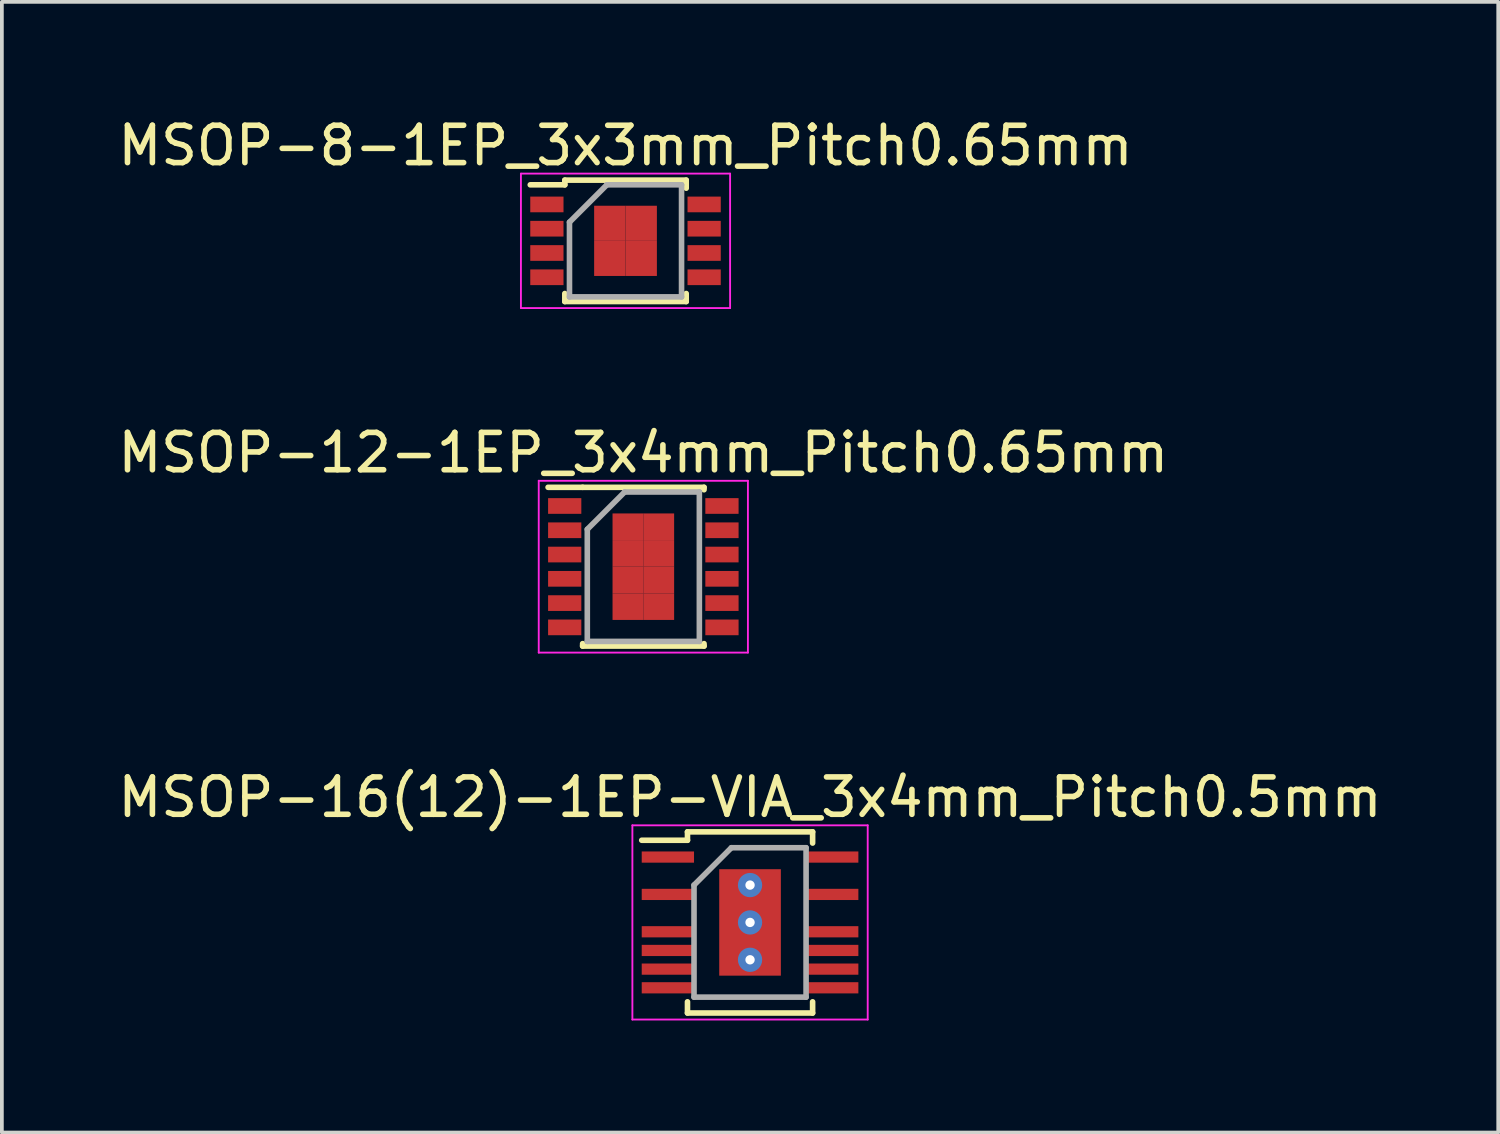
<source format=kicad_pcb>
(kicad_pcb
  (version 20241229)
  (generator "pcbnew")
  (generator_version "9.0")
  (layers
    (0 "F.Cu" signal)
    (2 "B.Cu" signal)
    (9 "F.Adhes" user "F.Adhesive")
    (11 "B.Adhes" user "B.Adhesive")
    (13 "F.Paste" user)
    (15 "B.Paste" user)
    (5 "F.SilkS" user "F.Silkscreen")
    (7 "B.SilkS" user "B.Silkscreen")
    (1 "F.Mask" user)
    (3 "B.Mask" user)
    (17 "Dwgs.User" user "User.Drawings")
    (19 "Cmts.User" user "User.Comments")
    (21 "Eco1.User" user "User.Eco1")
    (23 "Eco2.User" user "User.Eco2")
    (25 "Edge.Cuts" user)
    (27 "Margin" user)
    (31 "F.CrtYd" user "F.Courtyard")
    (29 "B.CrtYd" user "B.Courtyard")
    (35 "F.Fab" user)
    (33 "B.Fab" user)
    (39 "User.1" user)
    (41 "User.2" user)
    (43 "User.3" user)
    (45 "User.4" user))
  (footprint "MSOP-16(12)-1EP-VIA_3x4mm_Pitch0.5mm"
    (layer "F.Cu")
    (at 17.03 21.645)
    (property "Reference" "MSOP-16(12)-1EP-VIA_3x4mm_Pitch0.5mm" (at 0 -3.35 0) (layer "F.SilkS") (effects (font (size 1 1) (thickness 0.15))))
    (attr smd)
    (fp_line (start -1.675 -2.425) (end -1.675 -2.2) (stroke (width 0.15) (type solid)) (layer "F.SilkS"))
    (fp_line (start -1.675 -2.425) (end 1.675 -2.425) (stroke (width 0.15) (type solid)) (layer "F.SilkS"))
    (fp_line (start -1.675 -2.2) (end -2.9 -2.2) (stroke (width 0.15) (type solid)) (layer "F.SilkS"))
    (fp_line (start -1.675 2.425) (end -1.675 2.125) (stroke (width 0.15) (type solid)) (layer "F.SilkS"))
    (fp_line (start -1.675 2.425) (end 1.675 2.425) (stroke (width 0.15) (type solid)) (layer "F.SilkS"))
    (fp_line (start 1.675 -2.425) (end 1.675 -2.125) (stroke (width 0.15) (type solid)) (layer "F.SilkS"))
    (fp_line (start 1.675 2.425) (end 1.675 2.125) (stroke (width 0.15) (type solid)) (layer "F.SilkS"))
    (fp_line (start -3.15 -2.6) (end -3.15 2.6) (stroke (width 0.05) (type solid)) (layer "F.CrtYd"))
    (fp_line (start -3.15 -2.6) (end 3.15 -2.6) (stroke (width 0.05) (type solid)) (layer "F.CrtYd"))
    (fp_line (start -3.15 2.6) (end 3.15 2.6) (stroke (width 0.05) (type solid)) (layer "F.CrtYd"))
    (fp_line (start 3.15 -2.6) (end 3.15 2.6) (stroke (width 0.05) (type solid)) (layer "F.CrtYd"))
    (fp_line (start -1.5 -1) (end -0.5 -2) (stroke (width 0.15) (type solid)) (layer "F.Fab"))
    (fp_line (start -1.5 2) (end -1.5 -1) (stroke (width 0.15) (type solid)) (layer "F.Fab"))
    (fp_line (start -0.5 -2) (end 1.5 -2) (stroke (width 0.15) (type solid)) (layer "F.Fab"))
    (fp_line (start 1.5 -2) (end 1.5 2) (stroke (width 0.15) (type solid)) (layer "F.Fab"))
    (fp_line (start 1.5 2) (end -1.5 2) (stroke (width 0.15) (type solid)) (layer "F.Fab"))
    (pad "1" smd rect (at -2.2 -1.75) (size 1.4 0.3) (layers "F.Cu" "F.Mask" "F.Paste"))
    (pad "3" smd rect (at -2.2 -0.75) (size 1.4 0.3) (layers "F.Cu" "F.Mask" "F.Paste"))
    (pad "5" smd rect (at -2.2 0.25) (size 1.4 0.3) (layers "F.Cu" "F.Mask" "F.Paste"))
    (pad "6" smd rect (at -2.2 0.75) (size 1.4 0.3) (layers "F.Cu" "F.Mask" "F.Paste"))
    (pad "7" smd rect (at -2.2 1.25) (size 1.4 0.3) (layers "F.Cu" "F.Mask" "F.Paste"))
    (pad "8" smd rect (at -2.2 1.75) (size 1.4 0.3) (layers "F.Cu" "F.Mask" "F.Paste"))
    (pad "9" smd rect (at 2.2 1.75) (size 1.4 0.3) (layers "F.Cu" "F.Mask" "F.Paste"))
    (pad "10" smd rect (at 2.2 1.25) (size 1.4 0.3) (layers "F.Cu" "F.Mask" "F.Paste"))
    (pad "11" smd rect (at 2.2 0.75) (size 1.4 0.3) (layers "F.Cu" "F.Mask" "F.Paste"))
    (pad "12" smd rect (at 2.2 0.25) (size 1.4 0.3) (layers "F.Cu" "F.Mask" "F.Paste"))
    (pad "14" smd rect (at 2.2 -0.75) (size 1.4 0.3) (layers "F.Cu" "F.Mask" "F.Paste"))
    (pad "16" smd rect (at 2.2 -1.75) (size 1.4 0.3) (layers "F.Cu" "F.Mask" "F.Paste"))
    (pad "17" thru_hole circle (at 0 -1) (size 0.65 0.65) (drill 0.25) (layers "*.Cu" "*.Paste" "*.Mask"))
    (pad "17" thru_hole circle (at 0 0) (size 0.65 0.65) (drill 0.25) (layers "*.Cu" "*.Paste" "*.Mask"))
    (pad "17" smd rect (at 0 0) (size 1.65 2.85) (layers "F.Cu" "F.Mask" "F.Paste"))
    (pad "17" thru_hole circle (at 0 1) (size 0.65 0.65) (drill 0.25) (layers "*.Cu" "*.Paste" "*.Mask")))
  (footprint "MSOP-12-1EP_3x4mm_Pitch0.65mm"
    (layer "F.Cu")
    (at 14.173 12.121)
    (property "Reference" "MSOP-12-1EP_3x4mm_Pitch0.65mm" (at 0 -3.05 0) (layer "F.SilkS") (effects (font (size 1 1) (thickness 0.15))))
    (attr smd)
    (fp_line (start -1.625 -2.125) (end -2.55 -2.125) (stroke (width 0.15) (type solid)) (layer "F.SilkS"))
    (fp_line (start -1.625 -2.125) (end 1.625 -2.125) (stroke (width 0.15) (type solid)) (layer "F.SilkS"))
    (fp_line (start -1.625 2.125) (end -1.625 2.06) (stroke (width 0.15) (type solid)) (layer "F.SilkS"))
    (fp_line (start -1.625 2.125) (end 1.625 2.125) (stroke (width 0.15) (type solid)) (layer "F.SilkS"))
    (fp_line (start 1.625 -2.125) (end 1.625 -2.06) (stroke (width 0.15) (type solid)) (layer "F.SilkS"))
    (fp_line (start 1.625 2.125) (end 1.625 2.06) (stroke (width 0.15) (type solid)) (layer "F.SilkS"))
    (fp_line (start -2.8 -2.3) (end -2.8 2.3) (stroke (width 0.05) (type solid)) (layer "F.CrtYd"))
    (fp_line (start -2.8 -2.3) (end 2.8 -2.3) (stroke (width 0.05) (type solid)) (layer "F.CrtYd"))
    (fp_line (start -2.8 2.3) (end 2.8 2.3) (stroke (width 0.05) (type solid)) (layer "F.CrtYd"))
    (fp_line (start 2.8 -2.3) (end 2.8 2.3) (stroke (width 0.05) (type solid)) (layer "F.CrtYd"))
    (fp_line (start -1.5 -1) (end -0.5 -2) (stroke (width 0.15) (type solid)) (layer "F.Fab"))
    (fp_line (start -1.5 2) (end -1.5 -1) (stroke (width 0.15) (type solid)) (layer "F.Fab"))
    (fp_line (start -0.5 -2) (end 1.5 -2) (stroke (width 0.15) (type solid)) (layer "F.Fab"))
    (fp_line (start 1.5 -2) (end 1.5 2) (stroke (width 0.15) (type solid)) (layer "F.Fab"))
    (fp_line (start 1.5 2) (end -1.5 2) (stroke (width 0.15) (type solid)) (layer "F.Fab"))
    (pad "1" smd rect (at -2.105 -1.625) (size 0.89 0.42) (layers "F.Cu" "F.Mask" "F.Paste"))
    (pad "2" smd rect (at -2.105 -0.975) (size 0.89 0.42) (layers "F.Cu" "F.Mask" "F.Paste"))
    (pad "3" smd rect (at -2.105 -0.325) (size 0.89 0.42) (layers "F.Cu" "F.Mask" "F.Paste"))
    (pad "4" smd rect (at -2.105 0.325) (size 0.89 0.42) (layers "F.Cu" "F.Mask" "F.Paste"))
    (pad "5" smd rect (at -2.105 0.975) (size 0.89 0.42) (layers "F.Cu" "F.Mask" "F.Paste"))
    (pad "6" smd rect (at -2.105 1.625) (size 0.89 0.42) (layers "F.Cu" "F.Mask" "F.Paste"))
    (pad "7" smd rect (at 2.105 1.625) (size 0.89 0.42) (layers "F.Cu" "F.Mask" "F.Paste"))
    (pad "8" smd rect (at 2.105 0.975) (size 0.89 0.42) (layers "F.Cu" "F.Mask" "F.Paste"))
    (pad "9" smd rect (at 2.105 0.325) (size 0.89 0.42) (layers "F.Cu" "F.Mask" "F.Paste"))
    (pad "10" smd rect (at 2.105 -0.325) (size 0.89 0.42) (layers "F.Cu" "F.Mask" "F.Paste"))
    (pad "11" smd rect (at 2.105 -0.975) (size 0.89 0.42) (layers "F.Cu" "F.Mask" "F.Paste"))
    (pad "12" smd rect (at 2.105 -1.625) (size 0.89 0.42) (layers "F.Cu" "F.Mask" "F.Paste"))
    (pad "13" smd rect (at -0.412 -1.069) (size 0.825 0.713) (layers "F.Cu" "F.Mask" "F.Paste"))
    (pad "13" smd rect (at -0.412 -0.356) (size 0.825 0.713) (layers "F.Cu" "F.Mask" "F.Paste"))
    (pad "13" smd rect (at -0.412 0.356) (size 0.825 0.713) (layers "F.Cu" "F.Mask" "F.Paste"))
    (pad "13" smd rect (at -0.412 1.069) (size 0.825 0.713) (layers "F.Cu" "F.Mask" "F.Paste"))
    (pad "13" smd rect (at 0.412 -1.069) (size 0.825 0.713) (layers "F.Cu" "F.Mask" "F.Paste"))
    (pad "13" smd rect (at 0.412 -0.356) (size 0.825 0.713) (layers "F.Cu" "F.Mask" "F.Paste"))
    (pad "13" smd rect (at 0.412 0.356) (size 0.825 0.713) (layers "F.Cu" "F.Mask" "F.Paste"))
    (pad "13" smd rect (at 0.412 1.069) (size 0.825 0.713) (layers "F.Cu" "F.Mask" "F.Paste")))
  (footprint "MSOP-8-1EP_3x3mm_Pitch0.65mm"
    (layer "F.Cu")
    (at 13.696 3.398)
    (property "Reference" "MSOP-8-1EP_3x3mm_Pitch0.65mm" (at 0 -2.55 0) (layer "F.SilkS") (effects (font (size 1 1) (thickness 0.15))))
    (attr smd)
    (fp_line (start -1.625 -1.625) (end -1.625 -1.5) (stroke (width 0.15) (type solid)) (layer "F.SilkS"))
    (fp_line (start -1.625 -1.625) (end 1.625 -1.625) (stroke (width 0.15) (type solid)) (layer "F.SilkS"))
    (fp_line (start -1.625 -1.5) (end -2.55 -1.5) (stroke (width 0.15) (type solid)) (layer "F.SilkS"))
    (fp_line (start -1.625 1.625) (end -1.625 1.41) (stroke (width 0.15) (type solid)) (layer "F.SilkS"))
    (fp_line (start -1.625 1.625) (end 1.625 1.625) (stroke (width 0.15) (type solid)) (layer "F.SilkS"))
    (fp_line (start 1.625 -1.625) (end 1.625 -1.41) (stroke (width 0.15) (type solid)) (layer "F.SilkS"))
    (fp_line (start 1.625 1.625) (end 1.625 1.41) (stroke (width 0.15) (type solid)) (layer "F.SilkS"))
    (fp_line (start -2.8 -1.8) (end -2.8 1.8) (stroke (width 0.05) (type solid)) (layer "F.CrtYd"))
    (fp_line (start -2.8 -1.8) (end 2.8 -1.8) (stroke (width 0.05) (type solid)) (layer "F.CrtYd"))
    (fp_line (start -2.8 1.8) (end 2.8 1.8) (stroke (width 0.05) (type solid)) (layer "F.CrtYd"))
    (fp_line (start 2.8 -1.8) (end 2.8 1.8) (stroke (width 0.05) (type solid)) (layer "F.CrtYd"))
    (fp_line (start -1.5 -0.5) (end -0.5 -1.5) (stroke (width 0.15) (type solid)) (layer "F.Fab"))
    (fp_line (start -1.5 1.5) (end -1.5 -0.5) (stroke (width 0.15) (type solid)) (layer "F.Fab"))
    (fp_line (start -0.5 -1.5) (end 1.5 -1.5) (stroke (width 0.15) (type solid)) (layer "F.Fab"))
    (fp_line (start 1.5 -1.5) (end 1.5 1.5) (stroke (width 0.15) (type solid)) (layer "F.Fab"))
    (fp_line (start 1.5 1.5) (end -1.5 1.5) (stroke (width 0.15) (type solid)) (layer "F.Fab"))
    (pad "1" smd rect (at -2.105 -0.975) (size 0.89 0.42) (layers "F.Cu" "F.Mask" "F.Paste"))
    (pad "2" smd rect (at -2.105 -0.325) (size 0.89 0.42) (layers "F.Cu" "F.Mask" "F.Paste"))
    (pad "3" smd rect (at -2.105 0.325) (size 0.89 0.42) (layers "F.Cu" "F.Mask" "F.Paste"))
    (pad "4" smd rect (at -2.105 0.975) (size 0.89 0.42) (layers "F.Cu" "F.Mask" "F.Paste"))
    (pad "5" smd rect (at 2.105 0.975) (size 0.89 0.42) (layers "F.Cu" "F.Mask" "F.Paste"))
    (pad "6" smd rect (at 2.105 0.325) (size 0.89 0.42) (layers "F.Cu" "F.Mask" "F.Paste"))
    (pad "7" smd rect (at 2.105 -0.325) (size 0.89 0.42) (layers "F.Cu" "F.Mask" "F.Paste"))
    (pad "8" smd rect (at 2.105 -0.975) (size 0.89 0.42) (layers "F.Cu" "F.Mask" "F.Paste"))
    (pad "9" smd rect (at -0.42 -0.47) (size 0.84 0.94) (layers "F.Cu" "F.Mask" "F.Paste"))
    (pad "9" smd rect (at -0.42 0.47) (size 0.84 0.94) (layers "F.Cu" "F.Mask" "F.Paste"))
    (pad "9" smd rect (at 0.42 -0.47) (size 0.84 0.94) (layers "F.Cu" "F.Mask" "F.Paste"))
    (pad "9" smd rect (at 0.42 0.47) (size 0.84 0.94) (layers "F.Cu" "F.Mask" "F.Paste")))
  (gr_rect
    (start -3 -3)
    (end 37.06 27.27)
    (stroke (width 0.1) (type default))
    (fill no)
    (layer "Edge.Cuts")))
</source>
